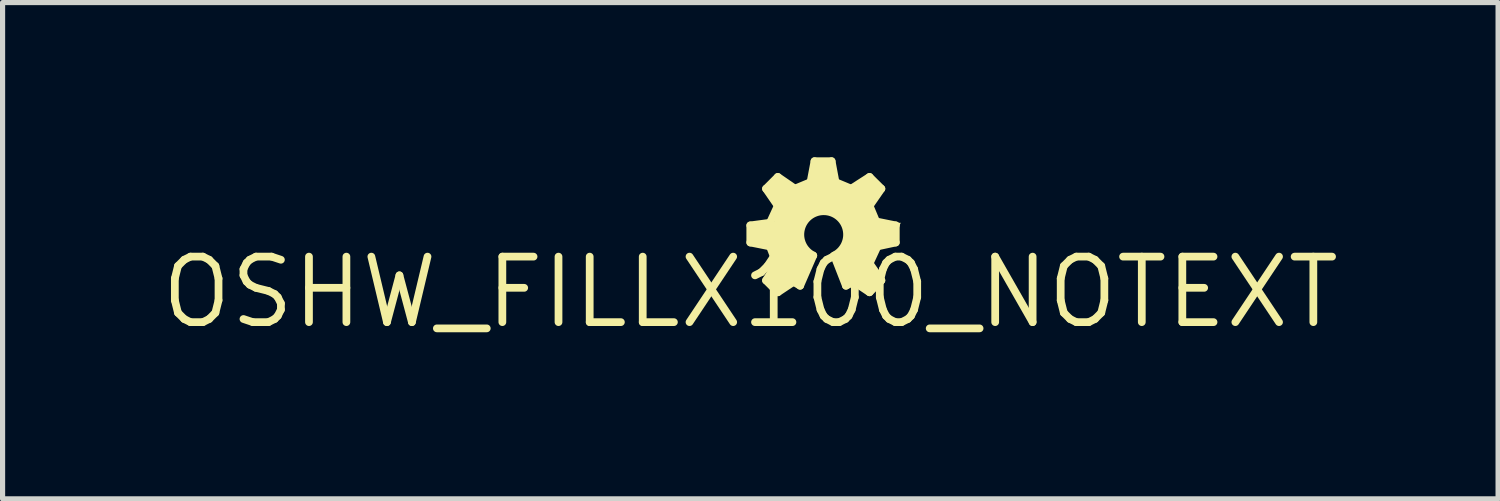
<source format=kicad_pcb>
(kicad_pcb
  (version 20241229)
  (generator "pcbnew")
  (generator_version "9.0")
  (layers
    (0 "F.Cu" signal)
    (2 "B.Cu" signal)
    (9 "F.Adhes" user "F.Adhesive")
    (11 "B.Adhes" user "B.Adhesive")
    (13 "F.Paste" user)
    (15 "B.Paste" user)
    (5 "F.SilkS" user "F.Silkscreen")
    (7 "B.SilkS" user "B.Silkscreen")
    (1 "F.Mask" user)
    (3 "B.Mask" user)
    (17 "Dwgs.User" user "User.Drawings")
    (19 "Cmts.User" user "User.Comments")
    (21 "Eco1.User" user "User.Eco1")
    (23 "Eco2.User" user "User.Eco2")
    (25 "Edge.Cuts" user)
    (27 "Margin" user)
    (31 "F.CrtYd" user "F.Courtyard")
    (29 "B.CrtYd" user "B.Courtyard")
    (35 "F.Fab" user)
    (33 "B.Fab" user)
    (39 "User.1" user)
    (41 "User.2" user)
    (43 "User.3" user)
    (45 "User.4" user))
  (footprint "OSHW_FILLX100_NOTEXT"
    (layer "F.Cu")
    (at 11.498 2.616)
    (property "Reference" "OSHW_FILLX100_NOTEXT" (at 0 0 0) (layer "F.SilkS") (effects (font (size 1.27 1.27) (thickness 0.15))))
    (fp_line (start 0 -1.295) (end 0.381 -1.346) (stroke (width 0.152) (type solid)) (layer "F.SilkS"))
    (fp_line (start 0 -0.965) (end 0 -1.295) (stroke (width 0.152) (type solid)) (layer "F.SilkS"))
    (fp_line (start 0.305 -2.007) (end 0.533 -2.235) (stroke (width 0.152) (type solid)) (layer "F.SilkS"))
    (fp_line (start 0.305 -0.229) (end 0.508 -0.559) (stroke (width 0.152) (type solid)) (layer "F.SilkS"))
    (fp_line (start 0.381 -1.346) (end 0.533 -1.676) (stroke (width 0.152) (type solid)) (layer "F.SilkS"))
    (fp_line (start 0.381 -0.889) (end 0 -0.965) (stroke (width 0.152) (type solid)) (layer "F.SilkS"))
    (fp_line (start 0.508 -0.559) (end 0.381 -0.889) (stroke (width 0.152) (type solid)) (layer "F.SilkS"))
    (fp_line (start 0.533 -2.235) (end 0.864 -2.007) (stroke (width 0.152) (type solid)) (layer "F.SilkS"))
    (fp_line (start 0.533 -1.676) (end 0.305 -2.007) (stroke (width 0.152) (type solid)) (layer "F.SilkS"))
    (fp_line (start 0.533 0) (end 0.305 -0.229) (stroke (width 0.152) (type solid)) (layer "F.SilkS"))
    (fp_line (start 0.838 -0.203) (end 0.533 0) (stroke (width 0.152) (type solid)) (layer "F.SilkS"))
    (fp_line (start 0.864 -2.007) (end 1.168 -2.134) (stroke (width 0.152) (type solid)) (layer "F.SilkS"))
    (fp_line (start 0.965 -0.127) (end 0.838 -0.203) (stroke (width 0.152) (type solid)) (layer "F.SilkS"))
    (fp_line (start 1.168 -2.134) (end 1.245 -2.54) (stroke (width 0.152) (type solid)) (layer "F.SilkS"))
    (fp_line (start 1.219 -0.711) (end 0.965 -0.127) (stroke (width 0.152) (type solid)) (layer "F.SilkS"))
    (fp_line (start 1.245 -2.54) (end 1.575 -2.54) (stroke (width 0.152) (type solid)) (layer "F.SilkS"))
    (fp_line (start 1.575 -2.54) (end 1.651 -2.134) (stroke (width 0.152) (type solid)) (layer "F.SilkS"))
    (fp_line (start 1.651 -2.134) (end 1.956 -2.007) (stroke (width 0.152) (type solid)) (layer "F.SilkS"))
    (fp_line (start 1.854 -0.127) (end 1.626 -0.711) (stroke (width 0.152) (type solid)) (layer "F.SilkS"))
    (fp_line (start 1.956 -2.007) (end 2.311 -2.235) (stroke (width 0.152) (type solid)) (layer "F.SilkS"))
    (fp_line (start 2.007 -0.203) (end 1.854 -0.127) (stroke (width 0.152) (type solid)) (layer "F.SilkS"))
    (fp_line (start 2.311 -2.235) (end 2.54 -2.007) (stroke (width 0.152) (type solid)) (layer "F.SilkS"))
    (fp_line (start 2.311 -1.676) (end 2.438 -1.372) (stroke (width 0.152) (type solid)) (layer "F.SilkS"))
    (fp_line (start 2.311 -0.559) (end 2.54 -0.229) (stroke (width 0.152) (type solid)) (layer "F.SilkS"))
    (fp_line (start 2.311 0) (end 2.007 -0.203) (stroke (width 0.152) (type solid)) (layer "F.SilkS"))
    (fp_line (start 2.438 -1.372) (end 2.819 -1.295) (stroke (width 0.152) (type solid)) (layer "F.SilkS"))
    (fp_line (start 2.464 -0.889) (end 2.311 -0.559) (stroke (width 0.152) (type solid)) (layer "F.SilkS"))
    (fp_line (start 2.54 -2.007) (end 2.311 -1.676) (stroke (width 0.152) (type solid)) (layer "F.SilkS"))
    (fp_line (start 2.54 -0.229) (end 2.311 0) (stroke (width 0.152) (type solid)) (layer "F.SilkS"))
    (fp_line (start 2.819 -1.295) (end 2.819 -0.965) (stroke (width 0.152) (type solid)) (layer "F.SilkS"))
    (fp_line (start 2.819 -0.965) (end 2.464 -0.889) (stroke (width 0.152) (type solid)) (layer "F.SilkS"))
    (fp_arc (start 1.2192 -0.7112) (mid 1.4224 -1.571969) (end 1.6256 -0.7112) (stroke (width 0.1524) (type solid)) (layer "F.SilkS"))
    (fp_poly (pts (xy 1.711 -2.092) (xy 2.011 -1.992) (xy 2.286 -2.267) (xy 2.5 -2.053) (xy 2.366 -1.651) (xy 2.468 -1.346) (xy 2.917 -1.346) (xy 2.721 -0.954) (xy 2.362 -0.834) (xy 2.362 -0.526) (xy 2.506 -0.239) (xy 2.301 -0.034) (xy 2.014 -0.178) (xy 1.85 -0.178) (xy 1.696 -0.641) (xy 1.944 -1.138) (xy 1.729 -1.46) (xy 1.397 -1.571) (xy 1.076 -1.464) (xy 0.969 -1.143) (xy 1.083 -0.803) (xy 1.241 -0.645) (xy 0.938 -0.19) (xy 0.487 -0.04) (xy 0.283 -0.244) (xy 0.543 -0.635) (xy 0.34 -0.94) (xy 0.051 -0.94) (xy 0.051 -1.346) (xy 0.453 -1.346) (xy 0.551 -1.64) (xy 0.283 -2.042) (xy 0.498 -2.257) (xy 0.889 -1.997) (xy 1.194 -2.2) (xy 1.194 -2.489) (xy 1.579 -2.489)) (stroke (width 0) (type default)) (fill yes) (layer "F.SilkS")))
  (gr_rect
    (start -3 -3)
    (end 25.996 6.622)
    (stroke (width 0.1) (type default))
    (fill no)
    (layer "Edge.Cuts")))
</source>
